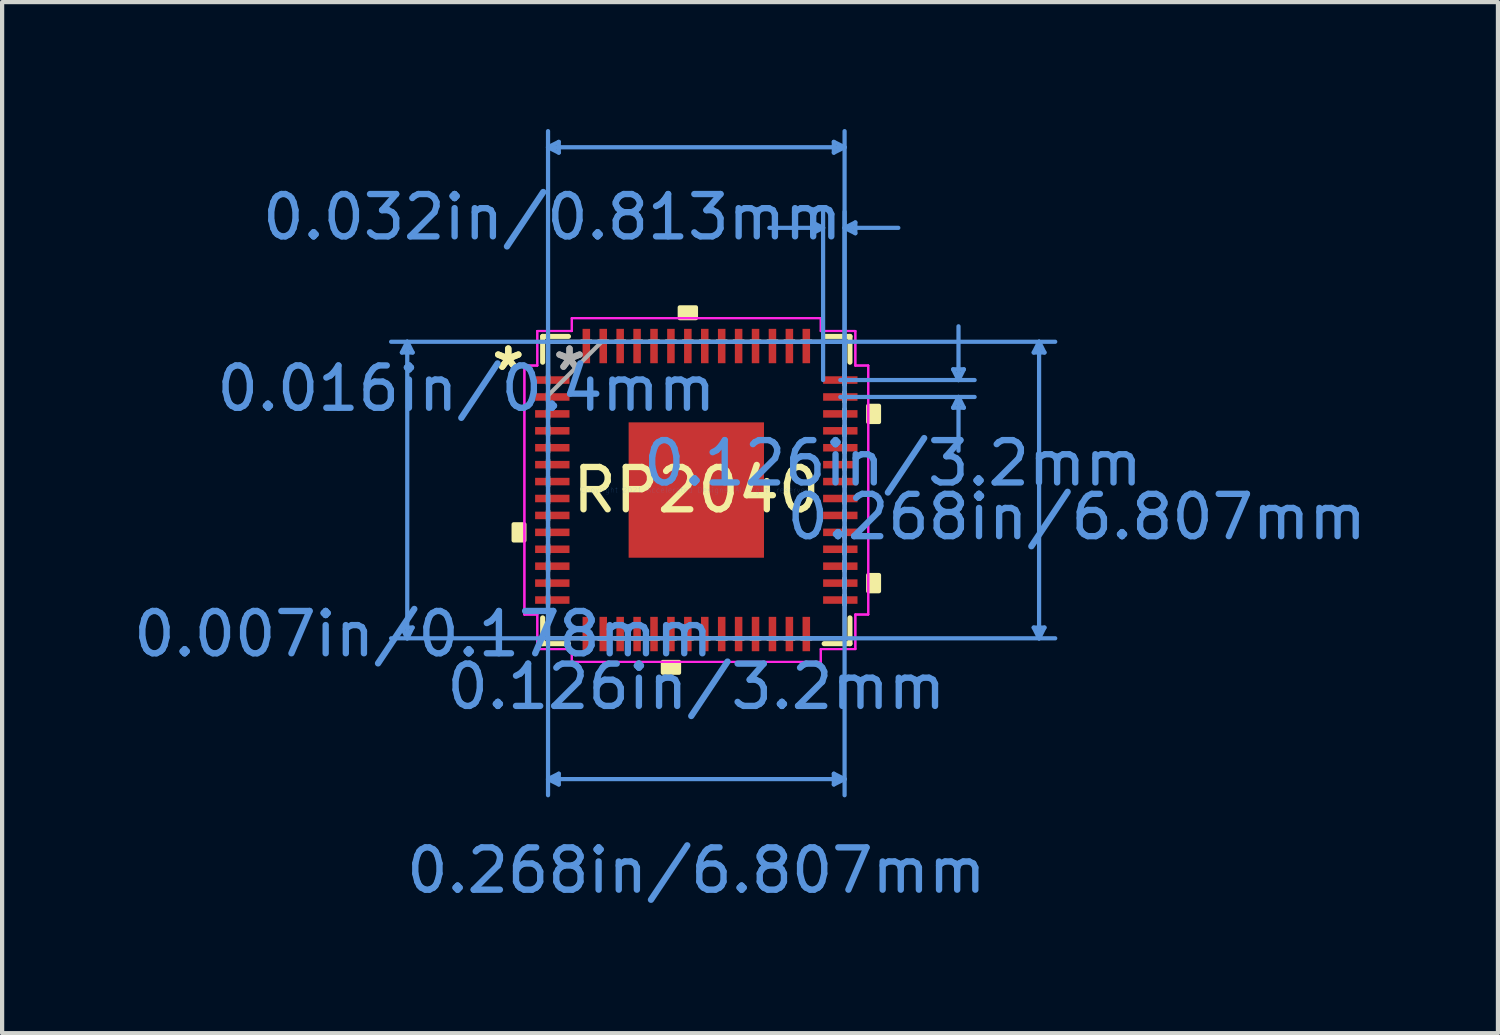
<source format=kicad_pcb>
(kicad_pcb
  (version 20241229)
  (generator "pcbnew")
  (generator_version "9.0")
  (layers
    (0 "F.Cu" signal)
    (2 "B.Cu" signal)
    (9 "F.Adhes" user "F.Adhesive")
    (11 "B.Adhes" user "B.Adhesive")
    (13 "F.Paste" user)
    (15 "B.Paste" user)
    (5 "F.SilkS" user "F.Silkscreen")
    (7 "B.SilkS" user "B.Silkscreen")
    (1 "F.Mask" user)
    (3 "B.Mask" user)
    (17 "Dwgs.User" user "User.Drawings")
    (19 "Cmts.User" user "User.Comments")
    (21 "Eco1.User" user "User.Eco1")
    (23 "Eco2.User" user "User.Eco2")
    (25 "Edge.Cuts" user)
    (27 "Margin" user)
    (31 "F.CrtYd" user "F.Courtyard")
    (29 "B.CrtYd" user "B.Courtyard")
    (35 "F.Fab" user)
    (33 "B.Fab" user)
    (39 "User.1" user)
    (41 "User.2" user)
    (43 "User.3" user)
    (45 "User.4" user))
  (footprint "RP2040"
    (layer "F.Cu")
    (at 13.41 8.534)
    (property "Reference" "RP2040" (at 0 0 0) (layer "F.SilkS") (effects (font (size 1 1) (thickness 0.15))))
    (attr through_hole)
    (fp_line (start -3.632 -3.632) (end -3.632 -3.022) (stroke (width 0.12) (type solid)) (layer "F.SilkS"))
    (fp_line (start -3.632 3.022) (end -3.632 3.632) (stroke (width 0.12) (type solid)) (layer "F.SilkS"))
    (fp_line (start -3.632 3.632) (end -3.022 3.632) (stroke (width 0.12) (type solid)) (layer "F.SilkS"))
    (fp_line (start -3.022 -3.632) (end -3.632 -3.632) (stroke (width 0.12) (type solid)) (layer "F.SilkS"))
    (fp_line (start 3.022 3.632) (end 3.632 3.632) (stroke (width 0.12) (type solid)) (layer "F.SilkS"))
    (fp_line (start 3.632 -3.632) (end 3.022 -3.632) (stroke (width 0.12) (type solid)) (layer "F.SilkS"))
    (fp_line (start 3.632 -3.022) (end 3.632 -3.632) (stroke (width 0.12) (type solid)) (layer "F.SilkS"))
    (fp_line (start 3.632 3.632) (end 3.632 3.022) (stroke (width 0.12) (type solid)) (layer "F.SilkS"))
    (fp_poly (pts (xy -4.318 0.81) (xy -4.318 1.191) (xy -4.064 1.191) (xy -4.064 0.81)) (stroke (width 0.1) (type solid)) (fill yes) (layer "F.SilkS"))
    (fp_poly (pts (xy -0.79 4.064) (xy -0.79 4.318) (xy -0.409 4.318) (xy -0.409 4.064)) (stroke (width 0.1) (type solid)) (fill yes) (layer "F.SilkS"))
    (fp_poly (pts (xy -0.391 -4.064) (xy -0.391 -4.318) (xy -0.009 -4.318) (xy -0.009 -4.064)) (stroke (width 0.1) (type solid)) (fill yes) (layer "F.SilkS"))
    (fp_poly (pts (xy 4.318 -1.99) (xy 4.318 -1.609) (xy 4.064 -1.609) (xy 4.064 -1.99)) (stroke (width 0.1) (type solid)) (fill yes) (layer "F.SilkS"))
    (fp_poly (pts (xy 4.318 2.01) (xy 4.318 2.391) (xy 4.064 2.391) (xy 4.064 2.01)) (stroke (width 0.1) (type solid)) (fill yes) (layer "F.SilkS"))
    (fp_poly (pts (xy -1.5 -1.5) (xy -1.5 -0.1) (xy -0.1 -0.1) (xy -0.1 -1.5)) (stroke (width 0.1) (type solid)) (fill yes) (layer "F.Paste"))
    (fp_poly (pts (xy -1.5 0.1) (xy -1.5 1.5) (xy -0.1 1.5) (xy -0.1 0.1)) (stroke (width 0.1) (type solid)) (fill yes) (layer "F.Paste"))
    (fp_poly (pts (xy 0.1 -1.5) (xy 0.1 -0.1) (xy 1.5 -0.1) (xy 1.5 -1.5)) (stroke (width 0.1) (type solid)) (fill yes) (layer "F.Paste"))
    (fp_poly (pts (xy 0.1 0.1) (xy 0.1 1.5) (xy 1.5 1.5) (xy 1.5 0.1)) (stroke (width 0.1) (type solid)) (fill yes) (layer "F.Paste"))
    (fp_line (start -6.96 -3.251) (end -6.706 -3.251) (stroke (width 0.1) (type solid)) (layer "Cmts.User"))
    (fp_line (start -6.96 3.251) (end -6.706 3.251) (stroke (width 0.1) (type solid)) (layer "Cmts.User"))
    (fp_line (start -6.833 -3.505) (end -6.96 -3.251) (stroke (width 0.1) (type solid)) (layer "Cmts.User"))
    (fp_line (start -6.833 -3.505) (end -6.833 3.505) (stroke (width 0.1) (type solid)) (layer "Cmts.User"))
    (fp_line (start -6.833 -3.505) (end -6.706 -3.251) (stroke (width 0.1) (type solid)) (layer "Cmts.User"))
    (fp_line (start -6.833 3.505) (end -6.96 3.251) (stroke (width 0.1) (type solid)) (layer "Cmts.User"))
    (fp_line (start -6.833 3.505) (end -6.706 3.251) (stroke (width 0.1) (type solid)) (layer "Cmts.User"))
    (fp_line (start -3.505 -8.103) (end -3.251 -8.23) (stroke (width 0.1) (type solid)) (layer "Cmts.User"))
    (fp_line (start -3.505 -8.103) (end -3.251 -7.976) (stroke (width 0.1) (type solid)) (layer "Cmts.User"))
    (fp_line (start -3.505 -8.103) (end 3.505 -8.103) (stroke (width 0.1) (type solid)) (layer "Cmts.User"))
    (fp_line (start -3.505 -3.505) (end -3.505 7.214) (stroke (width 0.1) (type solid)) (layer "Cmts.User"))
    (fp_line (start -3.505 -2.6) (end -3.505 -8.484) (stroke (width 0.1) (type solid)) (layer "Cmts.User"))
    (fp_line (start -3.505 6.833) (end -3.251 6.706) (stroke (width 0.1) (type solid)) (layer "Cmts.User"))
    (fp_line (start -3.505 6.833) (end -3.251 6.96) (stroke (width 0.1) (type solid)) (layer "Cmts.User"))
    (fp_line (start -3.505 6.833) (end 3.505 6.833) (stroke (width 0.1) (type solid)) (layer "Cmts.User"))
    (fp_line (start -3.251 -8.23) (end -3.251 -7.976) (stroke (width 0.1) (type solid)) (layer "Cmts.User"))
    (fp_line (start -3.251 6.706) (end -3.251 6.96) (stroke (width 0.1) (type solid)) (layer "Cmts.User"))
    (fp_line (start 2.6 -3.505) (end 8.484 -3.505) (stroke (width 0.1) (type solid)) (layer "Cmts.User"))
    (fp_line (start 2.6 3.505) (end 8.484 3.505) (stroke (width 0.1) (type solid)) (layer "Cmts.User"))
    (fp_line (start 2.743 -6.325) (end 2.743 -6.071) (stroke (width 0.1) (type solid)) (layer "Cmts.User"))
    (fp_line (start 2.997 -6.198) (end 1.727 -6.198) (stroke (width 0.1) (type solid)) (layer "Cmts.User"))
    (fp_line (start 2.997 -6.198) (end 2.743 -6.325) (stroke (width 0.1) (type solid)) (layer "Cmts.User"))
    (fp_line (start 2.997 -6.198) (end 2.743 -6.071) (stroke (width 0.1) (type solid)) (layer "Cmts.User"))
    (fp_line (start 2.997 -2.6) (end 2.997 -6.579) (stroke (width 0.1) (type solid)) (layer "Cmts.User"))
    (fp_line (start 3.251 -8.23) (end 3.251 -7.976) (stroke (width 0.1) (type solid)) (layer "Cmts.User"))
    (fp_line (start 3.251 6.706) (end 3.251 6.96) (stroke (width 0.1) (type solid)) (layer "Cmts.User"))
    (fp_line (start 3.404 -2.6) (end 6.579 -2.6) (stroke (width 0.1) (type solid)) (layer "Cmts.User"))
    (fp_line (start 3.404 -2.2) (end 6.579 -2.2) (stroke (width 0.1) (type solid)) (layer "Cmts.User"))
    (fp_line (start 3.505 -8.103) (end 3.251 -8.23) (stroke (width 0.1) (type solid)) (layer "Cmts.User"))
    (fp_line (start 3.505 -8.103) (end 3.251 -7.976) (stroke (width 0.1) (type solid)) (layer "Cmts.User"))
    (fp_line (start 3.505 -6.198) (end 3.759 -6.325) (stroke (width 0.1) (type solid)) (layer "Cmts.User"))
    (fp_line (start 3.505 -6.198) (end 3.759 -6.071) (stroke (width 0.1) (type solid)) (layer "Cmts.User"))
    (fp_line (start 3.505 -6.198) (end 4.775 -6.198) (stroke (width 0.1) (type solid)) (layer "Cmts.User"))
    (fp_line (start 3.505 -3.505) (end -7.214 -3.505) (stroke (width 0.1) (type solid)) (layer "Cmts.User"))
    (fp_line (start 3.505 -3.505) (end 3.505 7.214) (stroke (width 0.1) (type solid)) (layer "Cmts.User"))
    (fp_line (start 3.505 -2.6) (end 3.505 -8.484) (stroke (width 0.1) (type solid)) (layer "Cmts.User"))
    (fp_line (start 3.505 -2.6) (end 3.505 -6.579) (stroke (width 0.1) (type solid)) (layer "Cmts.User"))
    (fp_line (start 3.505 3.505) (end -7.214 3.505) (stroke (width 0.1) (type solid)) (layer "Cmts.User"))
    (fp_line (start 3.505 6.833) (end 3.251 6.706) (stroke (width 0.1) (type solid)) (layer "Cmts.User"))
    (fp_line (start 3.505 6.833) (end 3.251 6.96) (stroke (width 0.1) (type solid)) (layer "Cmts.User"))
    (fp_line (start 3.759 -6.325) (end 3.759 -6.071) (stroke (width 0.1) (type solid)) (layer "Cmts.User"))
    (fp_line (start 6.071 -2.854) (end 6.325 -2.854) (stroke (width 0.1) (type solid)) (layer "Cmts.User"))
    (fp_line (start 6.071 -1.946) (end 6.325 -1.946) (stroke (width 0.1) (type solid)) (layer "Cmts.User"))
    (fp_line (start 6.198 -2.6) (end 6.071 -2.854) (stroke (width 0.1) (type solid)) (layer "Cmts.User"))
    (fp_line (start 6.198 -2.6) (end 6.198 -3.87) (stroke (width 0.1) (type solid)) (layer "Cmts.User"))
    (fp_line (start 6.198 -2.6) (end 6.325 -2.854) (stroke (width 0.1) (type solid)) (layer "Cmts.User"))
    (fp_line (start 6.198 -2.2) (end 6.071 -1.946) (stroke (width 0.1) (type solid)) (layer "Cmts.User"))
    (fp_line (start 6.198 -2.2) (end 6.198 -0.93) (stroke (width 0.1) (type solid)) (layer "Cmts.User"))
    (fp_line (start 6.198 -2.2) (end 6.325 -1.946) (stroke (width 0.1) (type solid)) (layer "Cmts.User"))
    (fp_line (start 7.976 -3.251) (end 8.23 -3.251) (stroke (width 0.1) (type solid)) (layer "Cmts.User"))
    (fp_line (start 7.976 3.251) (end 8.23 3.251) (stroke (width 0.1) (type solid)) (layer "Cmts.User"))
    (fp_line (start 8.103 -3.505) (end 7.976 -3.251) (stroke (width 0.1) (type solid)) (layer "Cmts.User"))
    (fp_line (start 8.103 -3.505) (end 8.103 3.505) (stroke (width 0.1) (type solid)) (layer "Cmts.User"))
    (fp_line (start 8.103 -3.505) (end 8.23 -3.251) (stroke (width 0.1) (type solid)) (layer "Cmts.User"))
    (fp_line (start 8.103 3.505) (end 7.976 3.251) (stroke (width 0.1) (type solid)) (layer "Cmts.User"))
    (fp_line (start 8.103 3.505) (end 8.23 3.251) (stroke (width 0.1) (type solid)) (layer "Cmts.User"))
    (fp_line (start -4.064 -2.943) (end -3.759 -2.943) (stroke (width 0.05) (type solid)) (layer "F.CrtYd"))
    (fp_line (start -4.064 -2.943) (end -3.759 -2.943) (stroke (width 0.05) (type solid)) (layer "F.CrtYd"))
    (fp_line (start -4.064 2.943) (end -4.064 -2.943) (stroke (width 0.05) (type solid)) (layer "F.CrtYd"))
    (fp_line (start -4.064 2.943) (end -4.064 -2.943) (stroke (width 0.05) (type solid)) (layer "F.CrtYd"))
    (fp_line (start -3.759 -3.759) (end -2.943 -3.759) (stroke (width 0.05) (type solid)) (layer "F.CrtYd"))
    (fp_line (start -3.759 -3.759) (end -2.943 -3.759) (stroke (width 0.05) (type solid)) (layer "F.CrtYd"))
    (fp_line (start -3.759 -2.943) (end -3.759 -3.759) (stroke (width 0.05) (type solid)) (layer "F.CrtYd"))
    (fp_line (start -3.759 -2.943) (end -3.759 -3.759) (stroke (width 0.05) (type solid)) (layer "F.CrtYd"))
    (fp_line (start -3.759 2.943) (end -4.064 2.943) (stroke (width 0.05) (type solid)) (layer "F.CrtYd"))
    (fp_line (start -3.759 2.943) (end -4.064 2.943) (stroke (width 0.05) (type solid)) (layer "F.CrtYd"))
    (fp_line (start -3.759 3.759) (end -3.759 2.943) (stroke (width 0.05) (type solid)) (layer "F.CrtYd"))
    (fp_line (start -3.759 3.759) (end -3.759 2.943) (stroke (width 0.05) (type solid)) (layer "F.CrtYd"))
    (fp_line (start -2.943 -4.064) (end 2.943 -4.064) (stroke (width 0.05) (type solid)) (layer "F.CrtYd"))
    (fp_line (start -2.943 -4.064) (end 2.943 -4.064) (stroke (width 0.05) (type solid)) (layer "F.CrtYd"))
    (fp_line (start -2.943 -3.759) (end -2.943 -4.064) (stroke (width 0.05) (type solid)) (layer "F.CrtYd"))
    (fp_line (start -2.943 -3.759) (end -2.943 -4.064) (stroke (width 0.05) (type solid)) (layer "F.CrtYd"))
    (fp_line (start -2.943 3.759) (end -3.759 3.759) (stroke (width 0.05) (type solid)) (layer "F.CrtYd"))
    (fp_line (start -2.943 3.759) (end -3.759 3.759) (stroke (width 0.05) (type solid)) (layer "F.CrtYd"))
    (fp_line (start -2.943 4.064) (end -2.943 3.759) (stroke (width 0.05) (type solid)) (layer "F.CrtYd"))
    (fp_line (start -2.943 4.064) (end -2.943 3.759) (stroke (width 0.05) (type solid)) (layer "F.CrtYd"))
    (fp_line (start 2.943 -4.064) (end 2.943 -3.759) (stroke (width 0.05) (type solid)) (layer "F.CrtYd"))
    (fp_line (start 2.943 -4.064) (end 2.943 -3.759) (stroke (width 0.05) (type solid)) (layer "F.CrtYd"))
    (fp_line (start 2.943 -3.759) (end 3.759 -3.759) (stroke (width 0.05) (type solid)) (layer "F.CrtYd"))
    (fp_line (start 2.943 -3.759) (end 3.759 -3.759) (stroke (width 0.05) (type solid)) (layer "F.CrtYd"))
    (fp_line (start 2.943 3.759) (end 2.943 4.064) (stroke (width 0.05) (type solid)) (layer "F.CrtYd"))
    (fp_line (start 2.943 3.759) (end 2.943 4.064) (stroke (width 0.05) (type solid)) (layer "F.CrtYd"))
    (fp_line (start 2.943 4.064) (end -2.943 4.064) (stroke (width 0.05) (type solid)) (layer "F.CrtYd"))
    (fp_line (start 2.943 4.064) (end -2.943 4.064) (stroke (width 0.05) (type solid)) (layer "F.CrtYd"))
    (fp_line (start 3.759 -3.759) (end 3.759 -2.943) (stroke (width 0.05) (type solid)) (layer "F.CrtYd"))
    (fp_line (start 3.759 -3.759) (end 3.759 -2.943) (stroke (width 0.05) (type solid)) (layer "F.CrtYd"))
    (fp_line (start 3.759 -2.943) (end 4.064 -2.943) (stroke (width 0.05) (type solid)) (layer "F.CrtYd"))
    (fp_line (start 3.759 -2.943) (end 4.064 -2.943) (stroke (width 0.05) (type solid)) (layer "F.CrtYd"))
    (fp_line (start 3.759 2.943) (end 3.759 3.759) (stroke (width 0.05) (type solid)) (layer "F.CrtYd"))
    (fp_line (start 3.759 2.943) (end 3.759 3.759) (stroke (width 0.05) (type solid)) (layer "F.CrtYd"))
    (fp_line (start 3.759 3.759) (end 2.943 3.759) (stroke (width 0.05) (type solid)) (layer "F.CrtYd"))
    (fp_line (start 3.759 3.759) (end 2.943 3.759) (stroke (width 0.05) (type solid)) (layer "F.CrtYd"))
    (fp_line (start 4.064 -2.943) (end 4.064 2.943) (stroke (width 0.05) (type solid)) (layer "F.CrtYd"))
    (fp_line (start 4.064 -2.943) (end 4.064 2.943) (stroke (width 0.05) (type solid)) (layer "F.CrtYd"))
    (fp_line (start 4.064 2.943) (end 3.759 2.943) (stroke (width 0.05) (type solid)) (layer "F.CrtYd"))
    (fp_line (start 4.064 2.943) (end 3.759 2.943) (stroke (width 0.05) (type solid)) (layer "F.CrtYd"))
    (fp_line (start -3.505 -3.505) (end -3.505 -3.505) (stroke (width 0.1) (type solid)) (layer "F.Fab"))
    (fp_line (start -3.505 -3.505) (end -3.505 3.505) (stroke (width 0.1) (type solid)) (layer "F.Fab"))
    (fp_line (start -3.505 -2.714) (end -3.505 -2.714) (stroke (width 0.1) (type solid)) (layer "F.Fab"))
    (fp_line (start -3.505 -2.714) (end -3.505 -2.486) (stroke (width 0.1) (type solid)) (layer "F.Fab"))
    (fp_line (start -3.505 -2.486) (end -3.505 -2.714) (stroke (width 0.1) (type solid)) (layer "F.Fab"))
    (fp_line (start -3.505 -2.486) (end -3.505 -2.486) (stroke (width 0.1) (type solid)) (layer "F.Fab"))
    (fp_line (start -3.505 -2.314) (end -3.505 -2.314) (stroke (width 0.1) (type solid)) (layer "F.Fab"))
    (fp_line (start -3.505 -2.314) (end -3.505 -2.086) (stroke (width 0.1) (type solid)) (layer "F.Fab"))
    (fp_line (start -3.505 -2.235) (end -2.235 -3.505) (stroke (width 0.1) (type solid)) (layer "F.Fab"))
    (fp_line (start -3.505 -2.086) (end -3.505 -2.314) (stroke (width 0.1) (type solid)) (layer "F.Fab"))
    (fp_line (start -3.505 -2.086) (end -3.505 -2.086) (stroke (width 0.1) (type solid)) (layer "F.Fab"))
    (fp_line (start -3.505 -1.914) (end -3.505 -1.914) (stroke (width 0.1) (type solid)) (layer "F.Fab"))
    (fp_line (start -3.505 -1.914) (end -3.505 -1.686) (stroke (width 0.1) (type solid)) (layer "F.Fab"))
    (fp_line (start -3.505 -1.686) (end -3.505 -1.914) (stroke (width 0.1) (type solid)) (layer "F.Fab"))
    (fp_line (start -3.505 -1.686) (end -3.505 -1.686) (stroke (width 0.1) (type solid)) (layer "F.Fab"))
    (fp_line (start -3.505 -1.514) (end -3.505 -1.514) (stroke (width 0.1) (type solid)) (layer "F.Fab"))
    (fp_line (start -3.505 -1.514) (end -3.505 -1.286) (stroke (width 0.1) (type solid)) (layer "F.Fab"))
    (fp_line (start -3.505 -1.286) (end -3.505 -1.514) (stroke (width 0.1) (type solid)) (layer "F.Fab"))
    (fp_line (start -3.505 -1.286) (end -3.505 -1.286) (stroke (width 0.1) (type solid)) (layer "F.Fab"))
    (fp_line (start -3.505 -1.114) (end -3.505 -1.114) (stroke (width 0.1) (type solid)) (layer "F.Fab"))
    (fp_line (start -3.505 -1.114) (end -3.505 -0.886) (stroke (width 0.1) (type solid)) (layer "F.Fab"))
    (fp_line (start -3.505 -0.886) (end -3.505 -1.114) (stroke (width 0.1) (type solid)) (layer "F.Fab"))
    (fp_line (start -3.505 -0.886) (end -3.505 -0.886) (stroke (width 0.1) (type solid)) (layer "F.Fab"))
    (fp_line (start -3.505 -0.714) (end -3.505 -0.714) (stroke (width 0.1) (type solid)) (layer "F.Fab"))
    (fp_line (start -3.505 -0.714) (end -3.505 -0.486) (stroke (width 0.1) (type solid)) (layer "F.Fab"))
    (fp_line (start -3.505 -0.486) (end -3.505 -0.714) (stroke (width 0.1) (type solid)) (layer "F.Fab"))
    (fp_line (start -3.505 -0.486) (end -3.505 -0.486) (stroke (width 0.1) (type solid)) (layer "F.Fab"))
    (fp_line (start -3.505 -0.314) (end -3.505 -0.314) (stroke (width 0.1) (type solid)) (layer "F.Fab"))
    (fp_line (start -3.505 -0.314) (end -3.505 -0.086) (stroke (width 0.1) (type solid)) (layer "F.Fab"))
    (fp_line (start -3.505 -0.086) (end -3.505 -0.314) (stroke (width 0.1) (type solid)) (layer "F.Fab"))
    (fp_line (start -3.505 -0.086) (end -3.505 -0.086) (stroke (width 0.1) (type solid)) (layer "F.Fab"))
    (fp_line (start -3.505 0.086) (end -3.505 0.086) (stroke (width 0.1) (type solid)) (layer "F.Fab"))
    (fp_line (start -3.505 0.086) (end -3.505 0.314) (stroke (width 0.1) (type solid)) (layer "F.Fab"))
    (fp_line (start -3.505 0.314) (end -3.505 0.086) (stroke (width 0.1) (type solid)) (layer "F.Fab"))
    (fp_line (start -3.505 0.314) (end -3.505 0.314) (stroke (width 0.1) (type solid)) (layer "F.Fab"))
    (fp_line (start -3.505 0.486) (end -3.505 0.486) (stroke (width 0.1) (type solid)) (layer "F.Fab"))
    (fp_line (start -3.505 0.486) (end -3.505 0.714) (stroke (width 0.1) (type solid)) (layer "F.Fab"))
    (fp_line (start -3.505 0.714) (end -3.505 0.486) (stroke (width 0.1) (type solid)) (layer "F.Fab"))
    (fp_line (start -3.505 0.714) (end -3.505 0.714) (stroke (width 0.1) (type solid)) (layer "F.Fab"))
    (fp_line (start -3.505 0.886) (end -3.505 0.886) (stroke (width 0.1) (type solid)) (layer "F.Fab"))
    (fp_line (start -3.505 0.886) (end -3.505 1.114) (stroke (width 0.1) (type solid)) (layer "F.Fab"))
    (fp_line (start -3.505 1.114) (end -3.505 0.886) (stroke (width 0.1) (type solid)) (layer "F.Fab"))
    (fp_line (start -3.505 1.114) (end -3.505 1.114) (stroke (width 0.1) (type solid)) (layer "F.Fab"))
    (fp_line (start -3.505 1.286) (end -3.505 1.286) (stroke (width 0.1) (type solid)) (layer "F.Fab"))
    (fp_line (start -3.505 1.286) (end -3.505 1.514) (stroke (width 0.1) (type solid)) (layer "F.Fab"))
    (fp_line (start -3.505 1.514) (end -3.505 1.286) (stroke (width 0.1) (type solid)) (layer "F.Fab"))
    (fp_line (start -3.505 1.514) (end -3.505 1.514) (stroke (width 0.1) (type solid)) (layer "F.Fab"))
    (fp_line (start -3.505 1.686) (end -3.505 1.686) (stroke (width 0.1) (type solid)) (layer "F.Fab"))
    (fp_line (start -3.505 1.686) (end -3.505 1.914) (stroke (width 0.1) (type solid)) (layer "F.Fab"))
    (fp_line (start -3.505 1.914) (end -3.505 1.686) (stroke (width 0.1) (type solid)) (layer "F.Fab"))
    (fp_line (start -3.505 1.914) (end -3.505 1.914) (stroke (width 0.1) (type solid)) (layer "F.Fab"))
    (fp_line (start -3.505 2.086) (end -3.505 2.086) (stroke (width 0.1) (type solid)) (layer "F.Fab"))
    (fp_line (start -3.505 2.086) (end -3.505 2.314) (stroke (width 0.1) (type solid)) (layer "F.Fab"))
    (fp_line (start -3.505 2.314) (end -3.505 2.086) (stroke (width 0.1) (type solid)) (layer "F.Fab"))
    (fp_line (start -3.505 2.314) (end -3.505 2.314) (stroke (width 0.1) (type solid)) (layer "F.Fab"))
    (fp_line (start -3.505 2.486) (end -3.505 2.486) (stroke (width 0.1) (type solid)) (layer "F.Fab"))
    (fp_line (start -3.505 2.486) (end -3.505 2.714) (stroke (width 0.1) (type solid)) (layer "F.Fab"))
    (fp_line (start -3.505 2.714) (end -3.505 2.486) (stroke (width 0.1) (type solid)) (layer "F.Fab"))
    (fp_line (start -3.505 2.714) (end -3.505 2.714) (stroke (width 0.1) (type solid)) (layer "F.Fab"))
    (fp_line (start -3.505 3.505) (end -3.505 3.505) (stroke (width 0.1) (type solid)) (layer "F.Fab"))
    (fp_line (start -3.505 3.505) (end 3.505 3.505) (stroke (width 0.1) (type solid)) (layer "F.Fab"))
    (fp_line (start -2.714 -3.505) (end -2.714 -3.505) (stroke (width 0.1) (type solid)) (layer "F.Fab"))
    (fp_line (start -2.714 -3.505) (end -2.486 -3.505) (stroke (width 0.1) (type solid)) (layer "F.Fab"))
    (fp_line (start -2.714 3.505) (end -2.714 3.505) (stroke (width 0.1) (type solid)) (layer "F.Fab"))
    (fp_line (start -2.714 3.505) (end -2.486 3.505) (stroke (width 0.1) (type solid)) (layer "F.Fab"))
    (fp_line (start -2.486 -3.505) (end -2.714 -3.505) (stroke (width 0.1) (type solid)) (layer "F.Fab"))
    (fp_line (start -2.486 -3.505) (end -2.486 -3.505) (stroke (width 0.1) (type solid)) (layer "F.Fab"))
    (fp_line (start -2.486 3.505) (end -2.714 3.505) (stroke (width 0.1) (type solid)) (layer "F.Fab"))
    (fp_line (start -2.486 3.505) (end -2.486 3.505) (stroke (width 0.1) (type solid)) (layer "F.Fab"))
    (fp_line (start -2.314 -3.505) (end -2.314 -3.505) (stroke (width 0.1) (type solid)) (layer "F.Fab"))
    (fp_line (start -2.314 -3.505) (end -2.086 -3.505) (stroke (width 0.1) (type solid)) (layer "F.Fab"))
    (fp_line (start -2.314 3.505) (end -2.314 3.505) (stroke (width 0.1) (type solid)) (layer "F.Fab"))
    (fp_line (start -2.314 3.505) (end -2.086 3.505) (stroke (width 0.1) (type solid)) (layer "F.Fab"))
    (fp_line (start -2.086 -3.505) (end -2.314 -3.505) (stroke (width 0.1) (type solid)) (layer "F.Fab"))
    (fp_line (start -2.086 -3.505) (end -2.086 -3.505) (stroke (width 0.1) (type solid)) (layer "F.Fab"))
    (fp_line (start -2.086 3.505) (end -2.314 3.505) (stroke (width 0.1) (type solid)) (layer "F.Fab"))
    (fp_line (start -2.086 3.505) (end -2.086 3.505) (stroke (width 0.1) (type solid)) (layer "F.Fab"))
    (fp_line (start -1.914 -3.505) (end -1.914 -3.505) (stroke (width 0.1) (type solid)) (layer "F.Fab"))
    (fp_line (start -1.914 -3.505) (end -1.686 -3.505) (stroke (width 0.1) (type solid)) (layer "F.Fab"))
    (fp_line (start -1.914 3.505) (end -1.914 3.505) (stroke (width 0.1) (type solid)) (layer "F.Fab"))
    (fp_line (start -1.914 3.505) (end -1.686 3.505) (stroke (width 0.1) (type solid)) (layer "F.Fab"))
    (fp_line (start -1.686 -3.505) (end -1.914 -3.505) (stroke (width 0.1) (type solid)) (layer "F.Fab"))
    (fp_line (start -1.686 -3.505) (end -1.686 -3.505) (stroke (width 0.1) (type solid)) (layer "F.Fab"))
    (fp_line (start -1.686 3.505) (end -1.914 3.505) (stroke (width 0.1) (type solid)) (layer "F.Fab"))
    (fp_line (start -1.686 3.505) (end -1.686 3.505) (stroke (width 0.1) (type solid)) (layer "F.Fab"))
    (fp_line (start -1.514 -3.505) (end -1.514 -3.505) (stroke (width 0.1) (type solid)) (layer "F.Fab"))
    (fp_line (start -1.514 -3.505) (end -1.286 -3.505) (stroke (width 0.1) (type solid)) (layer "F.Fab"))
    (fp_line (start -1.514 3.505) (end -1.514 3.505) (stroke (width 0.1) (type solid)) (layer "F.Fab"))
    (fp_line (start -1.514 3.505) (end -1.286 3.505) (stroke (width 0.1) (type solid)) (layer "F.Fab"))
    (fp_line (start -1.286 -3.505) (end -1.514 -3.505) (stroke (width 0.1) (type solid)) (layer "F.Fab"))
    (fp_line (start -1.286 -3.505) (end -1.286 -3.505) (stroke (width 0.1) (type solid)) (layer "F.Fab"))
    (fp_line (start -1.286 3.505) (end -1.514 3.505) (stroke (width 0.1) (type solid)) (layer "F.Fab"))
    (fp_line (start -1.286 3.505) (end -1.286 3.505) (stroke (width 0.1) (type solid)) (layer "F.Fab"))
    (fp_line (start -1.114 -3.505) (end -1.114 -3.505) (stroke (width 0.1) (type solid)) (layer "F.Fab"))
    (fp_line (start -1.114 -3.505) (end -0.886 -3.505) (stroke (width 0.1) (type solid)) (layer "F.Fab"))
    (fp_line (start -1.114 3.505) (end -1.114 3.505) (stroke (width 0.1) (type solid)) (layer "F.Fab"))
    (fp_line (start -1.114 3.505) (end -0.886 3.505) (stroke (width 0.1) (type solid)) (layer "F.Fab"))
    (fp_line (start -0.886 -3.505) (end -1.114 -3.505) (stroke (width 0.1) (type solid)) (layer "F.Fab"))
    (fp_line (start -0.886 -3.505) (end -0.886 -3.505) (stroke (width 0.1) (type solid)) (layer "F.Fab"))
    (fp_line (start -0.886 3.505) (end -1.114 3.505) (stroke (width 0.1) (type solid)) (layer "F.Fab"))
    (fp_line (start -0.886 3.505) (end -0.886 3.505) (stroke (width 0.1) (type solid)) (layer "F.Fab"))
    (fp_line (start -0.714 -3.505) (end -0.714 -3.505) (stroke (width 0.1) (type solid)) (layer "F.Fab"))
    (fp_line (start -0.714 -3.505) (end -0.486 -3.505) (stroke (width 0.1) (type solid)) (layer "F.Fab"))
    (fp_line (start -0.714 3.505) (end -0.714 3.505) (stroke (width 0.1) (type solid)) (layer "F.Fab"))
    (fp_line (start -0.714 3.505) (end -0.486 3.505) (stroke (width 0.1) (type solid)) (layer "F.Fab"))
    (fp_line (start -0.486 -3.505) (end -0.714 -3.505) (stroke (width 0.1) (type solid)) (layer "F.Fab"))
    (fp_line (start -0.486 -3.505) (end -0.486 -3.505) (stroke (width 0.1) (type solid)) (layer "F.Fab"))
    (fp_line (start -0.486 3.505) (end -0.714 3.505) (stroke (width 0.1) (type solid)) (layer "F.Fab"))
    (fp_line (start -0.486 3.505) (end -0.486 3.505) (stroke (width 0.1) (type solid)) (layer "F.Fab"))
    (fp_line (start -0.314 -3.505) (end -0.314 -3.505) (stroke (width 0.1) (type solid)) (layer "F.Fab"))
    (fp_line (start -0.314 -3.505) (end -0.086 -3.505) (stroke (width 0.1) (type solid)) (layer "F.Fab"))
    (fp_line (start -0.314 3.505) (end -0.314 3.505) (stroke (width 0.1) (type solid)) (layer "F.Fab"))
    (fp_line (start -0.314 3.505) (end -0.086 3.505) (stroke (width 0.1) (type solid)) (layer "F.Fab"))
    (fp_line (start -0.086 -3.505) (end -0.314 -3.505) (stroke (width 0.1) (type solid)) (layer "F.Fab"))
    (fp_line (start -0.086 -3.505) (end -0.086 -3.505) (stroke (width 0.1) (type solid)) (layer "F.Fab"))
    (fp_line (start -0.086 3.505) (end -0.314 3.505) (stroke (width 0.1) (type solid)) (layer "F.Fab"))
    (fp_line (start -0.086 3.505) (end -0.086 3.505) (stroke (width 0.1) (type solid)) (layer "F.Fab"))
    (fp_line (start 0.086 -3.505) (end 0.086 -3.505) (stroke (width 0.1) (type solid)) (layer "F.Fab"))
    (fp_line (start 0.086 -3.505) (end 0.314 -3.505) (stroke (width 0.1) (type solid)) (layer "F.Fab"))
    (fp_line (start 0.086 3.505) (end 0.086 3.505) (stroke (width 0.1) (type solid)) (layer "F.Fab"))
    (fp_line (start 0.086 3.505) (end 0.314 3.505) (stroke (width 0.1) (type solid)) (layer "F.Fab"))
    (fp_line (start 0.314 -3.505) (end 0.086 -3.505) (stroke (width 0.1) (type solid)) (layer "F.Fab"))
    (fp_line (start 0.314 -3.505) (end 0.314 -3.505) (stroke (width 0.1) (type solid)) (layer "F.Fab"))
    (fp_line (start 0.314 3.505) (end 0.086 3.505) (stroke (width 0.1) (type solid)) (layer "F.Fab"))
    (fp_line (start 0.314 3.505) (end 0.314 3.505) (stroke (width 0.1) (type solid)) (layer "F.Fab"))
    (fp_line (start 0.486 -3.505) (end 0.486 -3.505) (stroke (width 0.1) (type solid)) (layer "F.Fab"))
    (fp_line (start 0.486 -3.505) (end 0.714 -3.505) (stroke (width 0.1) (type solid)) (layer "F.Fab"))
    (fp_line (start 0.486 3.505) (end 0.486 3.505) (stroke (width 0.1) (type solid)) (layer "F.Fab"))
    (fp_line (start 0.486 3.505) (end 0.714 3.505) (stroke (width 0.1) (type solid)) (layer "F.Fab"))
    (fp_line (start 0.714 -3.505) (end 0.486 -3.505) (stroke (width 0.1) (type solid)) (layer "F.Fab"))
    (fp_line (start 0.714 -3.505) (end 0.714 -3.505) (stroke (width 0.1) (type solid)) (layer "F.Fab"))
    (fp_line (start 0.714 3.505) (end 0.486 3.505) (stroke (width 0.1) (type solid)) (layer "F.Fab"))
    (fp_line (start 0.714 3.505) (end 0.714 3.505) (stroke (width 0.1) (type solid)) (layer "F.Fab"))
    (fp_line (start 0.886 -3.505) (end 0.886 -3.505) (stroke (width 0.1) (type solid)) (layer "F.Fab"))
    (fp_line (start 0.886 -3.505) (end 1.114 -3.505) (stroke (width 0.1) (type solid)) (layer "F.Fab"))
    (fp_line (start 0.886 3.505) (end 0.886 3.505) (stroke (width 0.1) (type solid)) (layer "F.Fab"))
    (fp_line (start 0.886 3.505) (end 1.114 3.505) (stroke (width 0.1) (type solid)) (layer "F.Fab"))
    (fp_line (start 1.114 -3.505) (end 0.886 -3.505) (stroke (width 0.1) (type solid)) (layer "F.Fab"))
    (fp_line (start 1.114 -3.505) (end 1.114 -3.505) (stroke (width 0.1) (type solid)) (layer "F.Fab"))
    (fp_line (start 1.114 3.505) (end 0.886 3.505) (stroke (width 0.1) (type solid)) (layer "F.Fab"))
    (fp_line (start 1.114 3.505) (end 1.114 3.505) (stroke (width 0.1) (type solid)) (layer "F.Fab"))
    (fp_line (start 1.286 -3.505) (end 1.286 -3.505) (stroke (width 0.1) (type solid)) (layer "F.Fab"))
    (fp_line (start 1.286 -3.505) (end 1.514 -3.505) (stroke (width 0.1) (type solid)) (layer "F.Fab"))
    (fp_line (start 1.286 3.505) (end 1.286 3.505) (stroke (width 0.1) (type solid)) (layer "F.Fab"))
    (fp_line (start 1.286 3.505) (end 1.514 3.505) (stroke (width 0.1) (type solid)) (layer "F.Fab"))
    (fp_line (start 1.514 -3.505) (end 1.286 -3.505) (stroke (width 0.1) (type solid)) (layer "F.Fab"))
    (fp_line (start 1.514 -3.505) (end 1.514 -3.505) (stroke (width 0.1) (type solid)) (layer "F.Fab"))
    (fp_line (start 1.514 3.505) (end 1.286 3.505) (stroke (width 0.1) (type solid)) (layer "F.Fab"))
    (fp_line (start 1.514 3.505) (end 1.514 3.505) (stroke (width 0.1) (type solid)) (layer "F.Fab"))
    (fp_line (start 1.686 -3.505) (end 1.686 -3.505) (stroke (width 0.1) (type solid)) (layer "F.Fab"))
    (fp_line (start 1.686 -3.505) (end 1.914 -3.505) (stroke (width 0.1) (type solid)) (layer "F.Fab"))
    (fp_line (start 1.686 3.505) (end 1.686 3.505) (stroke (width 0.1) (type solid)) (layer "F.Fab"))
    (fp_line (start 1.686 3.505) (end 1.914 3.505) (stroke (width 0.1) (type solid)) (layer "F.Fab"))
    (fp_line (start 1.914 -3.505) (end 1.686 -3.505) (stroke (width 0.1) (type solid)) (layer "F.Fab"))
    (fp_line (start 1.914 -3.505) (end 1.914 -3.505) (stroke (width 0.1) (type solid)) (layer "F.Fab"))
    (fp_line (start 1.914 3.505) (end 1.686 3.505) (stroke (width 0.1) (type solid)) (layer "F.Fab"))
    (fp_line (start 1.914 3.505) (end 1.914 3.505) (stroke (width 0.1) (type solid)) (layer "F.Fab"))
    (fp_line (start 2.086 -3.505) (end 2.086 -3.505) (stroke (width 0.1) (type solid)) (layer "F.Fab"))
    (fp_line (start 2.086 -3.505) (end 2.314 -3.505) (stroke (width 0.1) (type solid)) (layer "F.Fab"))
    (fp_line (start 2.086 3.505) (end 2.086 3.505) (stroke (width 0.1) (type solid)) (layer "F.Fab"))
    (fp_line (start 2.086 3.505) (end 2.314 3.505) (stroke (width 0.1) (type solid)) (layer "F.Fab"))
    (fp_line (start 2.314 -3.505) (end 2.086 -3.505) (stroke (width 0.1) (type solid)) (layer "F.Fab"))
    (fp_line (start 2.314 -3.505) (end 2.314 -3.505) (stroke (width 0.1) (type solid)) (layer "F.Fab"))
    (fp_line (start 2.314 3.505) (end 2.086 3.505) (stroke (width 0.1) (type solid)) (layer "F.Fab"))
    (fp_line (start 2.314 3.505) (end 2.314 3.505) (stroke (width 0.1) (type solid)) (layer "F.Fab"))
    (fp_line (start 2.486 -3.505) (end 2.486 -3.505) (stroke (width 0.1) (type solid)) (layer "F.Fab"))
    (fp_line (start 2.486 -3.505) (end 2.714 -3.505) (stroke (width 0.1) (type solid)) (layer "F.Fab"))
    (fp_line (start 2.486 3.505) (end 2.486 3.505) (stroke (width 0.1) (type solid)) (layer "F.Fab"))
    (fp_line (start 2.486 3.505) (end 2.714 3.505) (stroke (width 0.1) (type solid)) (layer "F.Fab"))
    (fp_line (start 2.714 -3.505) (end 2.486 -3.505) (stroke (width 0.1) (type solid)) (layer "F.Fab"))
    (fp_line (start 2.714 -3.505) (end 2.714 -3.505) (stroke (width 0.1) (type solid)) (layer "F.Fab"))
    (fp_line (start 2.714 3.505) (end 2.486 3.505) (stroke (width 0.1) (type solid)) (layer "F.Fab"))
    (fp_line (start 2.714 3.505) (end 2.714 3.505) (stroke (width 0.1) (type solid)) (layer "F.Fab"))
    (fp_line (start 3.505 -3.505) (end -3.505 -3.505) (stroke (width 0.1) (type solid)) (layer "F.Fab"))
    (fp_line (start 3.505 -3.505) (end 3.505 -3.505) (stroke (width 0.1) (type solid)) (layer "F.Fab"))
    (fp_line (start 3.505 -2.714) (end 3.505 -2.714) (stroke (width 0.1) (type solid)) (layer "F.Fab"))
    (fp_line (start 3.505 -2.714) (end 3.505 -2.486) (stroke (width 0.1) (type solid)) (layer "F.Fab"))
    (fp_line (start 3.505 -2.486) (end 3.505 -2.714) (stroke (width 0.1) (type solid)) (layer "F.Fab"))
    (fp_line (start 3.505 -2.486) (end 3.505 -2.486) (stroke (width 0.1) (type solid)) (layer "F.Fab"))
    (fp_line (start 3.505 -2.314) (end 3.505 -2.314) (stroke (width 0.1) (type solid)) (layer "F.Fab"))
    (fp_line (start 3.505 -2.314) (end 3.505 -2.086) (stroke (width 0.1) (type solid)) (layer "F.Fab"))
    (fp_line (start 3.505 -2.086) (end 3.505 -2.314) (stroke (width 0.1) (type solid)) (layer "F.Fab"))
    (fp_line (start 3.505 -2.086) (end 3.505 -2.086) (stroke (width 0.1) (type solid)) (layer "F.Fab"))
    (fp_line (start 3.505 -1.914) (end 3.505 -1.914) (stroke (width 0.1) (type solid)) (layer "F.Fab"))
    (fp_line (start 3.505 -1.914) (end 3.505 -1.686) (stroke (width 0.1) (type solid)) (layer "F.Fab"))
    (fp_line (start 3.505 -1.686) (end 3.505 -1.914) (stroke (width 0.1) (type solid)) (layer "F.Fab"))
    (fp_line (start 3.505 -1.686) (end 3.505 -1.686) (stroke (width 0.1) (type solid)) (layer "F.Fab"))
    (fp_line (start 3.505 -1.514) (end 3.505 -1.514) (stroke (width 0.1) (type solid)) (layer "F.Fab"))
    (fp_line (start 3.505 -1.514) (end 3.505 -1.286) (stroke (width 0.1) (type solid)) (layer "F.Fab"))
    (fp_line (start 3.505 -1.286) (end 3.505 -1.514) (stroke (width 0.1) (type solid)) (layer "F.Fab"))
    (fp_line (start 3.505 -1.286) (end 3.505 -1.286) (stroke (width 0.1) (type solid)) (layer "F.Fab"))
    (fp_line (start 3.505 -1.114) (end 3.505 -1.114) (stroke (width 0.1) (type solid)) (layer "F.Fab"))
    (fp_line (start 3.505 -1.114) (end 3.505 -0.886) (stroke (width 0.1) (type solid)) (layer "F.Fab"))
    (fp_line (start 3.505 -0.886) (end 3.505 -1.114) (stroke (width 0.1) (type solid)) (layer "F.Fab"))
    (fp_line (start 3.505 -0.886) (end 3.505 -0.886) (stroke (width 0.1) (type solid)) (layer "F.Fab"))
    (fp_line (start 3.505 -0.714) (end 3.505 -0.714) (stroke (width 0.1) (type solid)) (layer "F.Fab"))
    (fp_line (start 3.505 -0.714) (end 3.505 -0.486) (stroke (width 0.1) (type solid)) (layer "F.Fab"))
    (fp_line (start 3.505 -0.486) (end 3.505 -0.714) (stroke (width 0.1) (type solid)) (layer "F.Fab"))
    (fp_line (start 3.505 -0.486) (end 3.505 -0.486) (stroke (width 0.1) (type solid)) (layer "F.Fab"))
    (fp_line (start 3.505 -0.314) (end 3.505 -0.314) (stroke (width 0.1) (type solid)) (layer "F.Fab"))
    (fp_line (start 3.505 -0.314) (end 3.505 -0.086) (stroke (width 0.1) (type solid)) (layer "F.Fab"))
    (fp_line (start 3.505 -0.086) (end 3.505 -0.314) (stroke (width 0.1) (type solid)) (layer "F.Fab"))
    (fp_line (start 3.505 -0.086) (end 3.505 -0.086) (stroke (width 0.1) (type solid)) (layer "F.Fab"))
    (fp_line (start 3.505 0.086) (end 3.505 0.086) (stroke (width 0.1) (type solid)) (layer "F.Fab"))
    (fp_line (start 3.505 0.086) (end 3.505 0.314) (stroke (width 0.1) (type solid)) (layer "F.Fab"))
    (fp_line (start 3.505 0.314) (end 3.505 0.086) (stroke (width 0.1) (type solid)) (layer "F.Fab"))
    (fp_line (start 3.505 0.314) (end 3.505 0.314) (stroke (width 0.1) (type solid)) (layer "F.Fab"))
    (fp_line (start 3.505 0.486) (end 3.505 0.486) (stroke (width 0.1) (type solid)) (layer "F.Fab"))
    (fp_line (start 3.505 0.486) (end 3.505 0.714) (stroke (width 0.1) (type solid)) (layer "F.Fab"))
    (fp_line (start 3.505 0.714) (end 3.505 0.486) (stroke (width 0.1) (type solid)) (layer "F.Fab"))
    (fp_line (start 3.505 0.714) (end 3.505 0.714) (stroke (width 0.1) (type solid)) (layer "F.Fab"))
    (fp_line (start 3.505 0.886) (end 3.505 0.886) (stroke (width 0.1) (type solid)) (layer "F.Fab"))
    (fp_line (start 3.505 0.886) (end 3.505 1.114) (stroke (width 0.1) (type solid)) (layer "F.Fab"))
    (fp_line (start 3.505 1.114) (end 3.505 0.886) (stroke (width 0.1) (type solid)) (layer "F.Fab"))
    (fp_line (start 3.505 1.114) (end 3.505 1.114) (stroke (width 0.1) (type solid)) (layer "F.Fab"))
    (fp_line (start 3.505 1.286) (end 3.505 1.286) (stroke (width 0.1) (type solid)) (layer "F.Fab"))
    (fp_line (start 3.505 1.286) (end 3.505 1.514) (stroke (width 0.1) (type solid)) (layer "F.Fab"))
    (fp_line (start 3.505 1.514) (end 3.505 1.286) (stroke (width 0.1) (type solid)) (layer "F.Fab"))
    (fp_line (start 3.505 1.514) (end 3.505 1.514) (stroke (width 0.1) (type solid)) (layer "F.Fab"))
    (fp_line (start 3.505 1.686) (end 3.505 1.686) (stroke (width 0.1) (type solid)) (layer "F.Fab"))
    (fp_line (start 3.505 1.686) (end 3.505 1.914) (stroke (width 0.1) (type solid)) (layer "F.Fab"))
    (fp_line (start 3.505 1.914) (end 3.505 1.686) (stroke (width 0.1) (type solid)) (layer "F.Fab"))
    (fp_line (start 3.505 1.914) (end 3.505 1.914) (stroke (width 0.1) (type solid)) (layer "F.Fab"))
    (fp_line (start 3.505 2.086) (end 3.505 2.086) (stroke (width 0.1) (type solid)) (layer "F.Fab"))
    (fp_line (start 3.505 2.086) (end 3.505 2.314) (stroke (width 0.1) (type solid)) (layer "F.Fab"))
    (fp_line (start 3.505 2.314) (end 3.505 2.086) (stroke (width 0.1) (type solid)) (layer "F.Fab"))
    (fp_line (start 3.505 2.314) (end 3.505 2.314) (stroke (width 0.1) (type solid)) (layer "F.Fab"))
    (fp_line (start 3.505 2.486) (end 3.505 2.486) (stroke (width 0.1) (type solid)) (layer "F.Fab"))
    (fp_line (start 3.505 2.486) (end 3.505 2.714) (stroke (width 0.1) (type solid)) (layer "F.Fab"))
    (fp_line (start 3.505 2.714) (end 3.505 2.486) (stroke (width 0.1) (type solid)) (layer "F.Fab"))
    (fp_line (start 3.505 2.714) (end 3.505 2.714) (stroke (width 0.1) (type solid)) (layer "F.Fab"))
    (fp_line (start 3.505 3.505) (end 3.505 -3.505) (stroke (width 0.1) (type solid)) (layer "F.Fab"))
    (fp_line (start 3.505 3.505) (end 3.505 3.505) (stroke (width 0.1) (type solid)) (layer "F.Fab"))
    (fp_text user "*" (at -4.445 -2.8 0) (layer "F.SilkS") (effects (font (size 1 1) (thickness 0.15))))
    (fp_text user "*" (at -4.445 -2.8 0) (layer "F.SilkS") (effects (font (size 1 1) (thickness 0.15))))
    (fp_text user "0.268in/6.807mm" (at 0 8.992 0) (layer "Cmts.User") (effects (font (size 1 1) (thickness 0.15))))
    (fp_text user "0.016in/0.4mm" (at -5.436 -2.4 0) (layer "Cmts.User") (effects (font (size 1 1) (thickness 0.15))))
    (fp_text user "0.032in/0.813mm" (at -3.404 -6.452 0) (layer "Cmts.User") (effects (font (size 1 1) (thickness 0.15))))
    (fp_text user "0.126in/3.2mm" (at 4.648 -0.635 0) (layer "Cmts.User") (effects (font (size 1 1) (thickness 0.15))))
    (fp_text user "0.268in/6.807mm" (at 8.992 0.635 0) (layer "Cmts.User") (effects (font (size 1 1) (thickness 0.15))))
    (fp_text user "0.007in/0.178mm" (at -6.452 3.404 0) (layer "Cmts.User") (effects (font (size 1 1) (thickness 0.15))))
    (fp_text user "0.126in/3.2mm" (at 0 4.648 0) (layer "Cmts.User") (effects (font (size 1 1) (thickness 0.15))))
    (fp_text user "Copyright 2021 Accelerated Designs. All rights reserved." (at 0 0 0) (layer "Cmts.User") (effects (font (size 0.127 0.127) (thickness 0.002))))
    (fp_text user "*" (at -2.997 -2.8 0) (layer "F.Fab") (effects (font (size 1 1) (thickness 0.15))))
    (fp_text user "*" (at -2.997 -2.8 0) (layer "F.Fab") (effects (font (size 1 1) (thickness 0.15))))
    (pad "1" smd rect (at -3.404 -2.6 90) (size 0.178 0.813) (layers "F.Cu" "F.Mask" "F.Paste"))
    (pad "2" smd rect (at -3.404 -2.2 90) (size 0.178 0.813) (layers "F.Cu" "F.Mask" "F.Paste"))
    (pad "3" smd rect (at -3.404 -1.8 90) (size 0.178 0.813) (layers "F.Cu" "F.Mask" "F.Paste"))
    (pad "4" smd rect (at -3.404 -1.4 90) (size 0.178 0.813) (layers "F.Cu" "F.Mask" "F.Paste"))
    (pad "5" smd rect (at -3.404 -1 90) (size 0.178 0.813) (layers "F.Cu" "F.Mask" "F.Paste"))
    (pad "6" smd rect (at -3.404 -0.6 90) (size 0.178 0.813) (layers "F.Cu" "F.Mask" "F.Paste"))
    (pad "7" smd rect (at -3.404 -0.2 90) (size 0.178 0.813) (layers "F.Cu" "F.Mask" "F.Paste"))
    (pad "8" smd rect (at -3.404 0.2 90) (size 0.178 0.813) (layers "F.Cu" "F.Mask" "F.Paste"))
    (pad "9" smd rect (at -3.404 0.6 90) (size 0.178 0.813) (layers "F.Cu" "F.Mask" "F.Paste"))
    (pad "10" smd rect (at -3.404 1 90) (size 0.178 0.813) (layers "F.Cu" "F.Mask" "F.Paste"))
    (pad "11" smd rect (at -3.404 1.4 90) (size 0.178 0.813) (layers "F.Cu" "F.Mask" "F.Paste"))
    (pad "12" smd rect (at -3.404 1.8 90) (size 0.178 0.813) (layers "F.Cu" "F.Mask" "F.Paste"))
    (pad "13" smd rect (at -3.404 2.2 90) (size 0.178 0.813) (layers "F.Cu" "F.Mask" "F.Paste"))
    (pad "14" smd rect (at -3.404 2.6 90) (size 0.178 0.813) (layers "F.Cu" "F.Mask" "F.Paste"))
    (pad "15" smd rect (at -2.6 3.404) (size 0.178 0.813) (layers "F.Cu" "F.Mask" "F.Paste"))
    (pad "16" smd rect (at -2.2 3.404) (size 0.178 0.813) (layers "F.Cu" "F.Mask" "F.Paste"))
    (pad "17" smd rect (at -1.8 3.404) (size 0.178 0.813) (layers "F.Cu" "F.Mask" "F.Paste"))
    (pad "18" smd rect (at -1.4 3.404) (size 0.178 0.813) (layers "F.Cu" "F.Mask" "F.Paste"))
    (pad "19" smd rect (at -1 3.404) (size 0.178 0.813) (layers "F.Cu" "F.Mask" "F.Paste"))
    (pad "20" smd rect (at -0.6 3.404) (size 0.178 0.813) (layers "F.Cu" "F.Mask" "F.Paste"))
    (pad "21" smd rect (at -0.2 3.404) (size 0.178 0.813) (layers "F.Cu" "F.Mask" "F.Paste"))
    (pad "22" smd rect (at 0.2 3.404) (size 0.178 0.813) (layers "F.Cu" "F.Mask" "F.Paste"))
    (pad "23" smd rect (at 0.6 3.404) (size 0.178 0.813) (layers "F.Cu" "F.Mask" "F.Paste"))
    (pad "24" smd rect (at 1 3.404) (size 0.178 0.813) (layers "F.Cu" "F.Mask" "F.Paste"))
    (pad "25" smd rect (at 1.4 3.404) (size 0.178 0.813) (layers "F.Cu" "F.Mask" "F.Paste"))
    (pad "26" smd rect (at 1.8 3.404) (size 0.178 0.813) (layers "F.Cu" "F.Mask" "F.Paste"))
    (pad "27" smd rect (at 2.2 3.404) (size 0.178 0.813) (layers "F.Cu" "F.Mask" "F.Paste"))
    (pad "28" smd rect (at 2.6 3.404) (size 0.178 0.813) (layers "F.Cu" "F.Mask" "F.Paste"))
    (pad "29" smd rect (at 3.404 2.6 90) (size 0.178 0.813) (layers "F.Cu" "F.Mask" "F.Paste"))
    (pad "30" smd rect (at 3.404 2.2 90) (size 0.178 0.813) (layers "F.Cu" "F.Mask" "F.Paste"))
    (pad "31" smd rect (at 3.404 1.8 90) (size 0.178 0.813) (layers "F.Cu" "F.Mask" "F.Paste"))
    (pad "32" smd rect (at 3.404 1.4 90) (size 0.178 0.813) (layers "F.Cu" "F.Mask" "F.Paste"))
    (pad "33" smd rect (at 3.404 1 90) (size 0.178 0.813) (layers "F.Cu" "F.Mask" "F.Paste"))
    (pad "34" smd rect (at 3.404 0.6 90) (size 0.178 0.813) (layers "F.Cu" "F.Mask" "F.Paste"))
    (pad "35" smd rect (at 3.404 0.2 90) (size 0.178 0.813) (layers "F.Cu" "F.Mask" "F.Paste"))
    (pad "36" smd rect (at 3.404 -0.2 90) (size 0.178 0.813) (layers "F.Cu" "F.Mask" "F.Paste"))
    (pad "37" smd rect (at 3.404 -0.6 90) (size 0.178 0.813) (layers "F.Cu" "F.Mask" "F.Paste"))
    (pad "38" smd rect (at 3.404 -1 90) (size 0.178 0.813) (layers "F.Cu" "F.Mask" "F.Paste"))
    (pad "39" smd rect (at 3.404 -1.4 90) (size 0.178 0.813) (layers "F.Cu" "F.Mask" "F.Paste"))
    (pad "40" smd rect (at 3.404 -1.8 90) (size 0.178 0.813) (layers "F.Cu" "F.Mask" "F.Paste"))
    (pad "41" smd rect (at 3.404 -2.2 90) (size 0.178 0.813) (layers "F.Cu" "F.Mask" "F.Paste"))
    (pad "42" smd rect (at 3.404 -2.6 90) (size 0.178 0.813) (layers "F.Cu" "F.Mask" "F.Paste"))
    (pad "43" smd rect (at 2.6 -3.404) (size 0.178 0.813) (layers "F.Cu" "F.Mask" "F.Paste"))
    (pad "44" smd rect (at 2.2 -3.404) (size 0.178 0.813) (layers "F.Cu" "F.Mask" "F.Paste"))
    (pad "45" smd rect (at 1.8 -3.404) (size 0.178 0.813) (layers "F.Cu" "F.Mask" "F.Paste"))
    (pad "46" smd rect (at 1.4 -3.404) (size 0.178 0.813) (layers "F.Cu" "F.Mask" "F.Paste"))
    (pad "47" smd rect (at 1 -3.404) (size 0.178 0.813) (layers "F.Cu" "F.Mask" "F.Paste"))
    (pad "48" smd rect (at 0.6 -3.404) (size 0.178 0.813) (layers "F.Cu" "F.Mask" "F.Paste"))
    (pad "49" smd rect (at 0.2 -3.404) (size 0.178 0.813) (layers "F.Cu" "F.Mask" "F.Paste"))
    (pad "50" smd rect (at -0.2 -3.404) (size 0.178 0.813) (layers "F.Cu" "F.Mask" "F.Paste"))
    (pad "51" smd rect (at -0.6 -3.404) (size 0.178 0.813) (layers "F.Cu" "F.Mask" "F.Paste"))
    (pad "52" smd rect (at -1 -3.404) (size 0.178 0.813) (layers "F.Cu" "F.Mask" "F.Paste"))
    (pad "53" smd rect (at -1.4 -3.404) (size 0.178 0.813) (layers "F.Cu" "F.Mask" "F.Paste"))
    (pad "54" smd rect (at -1.8 -3.404) (size 0.178 0.813) (layers "F.Cu" "F.Mask" "F.Paste"))
    (pad "55" smd rect (at -2.2 -3.404) (size 0.178 0.813) (layers "F.Cu" "F.Mask" "F.Paste"))
    (pad "56" smd rect (at -2.6 -3.404) (size 0.178 0.813) (layers "F.Cu" "F.Mask" "F.Paste"))
    (pad "57" smd rect (at 0 0) (size 3.2 3.2) (layers "F.Cu" "F.Mask")))
  (gr_rect
    (start -3 -3)
    (end 32.36 21.373)
    (stroke (width 0.1) (type default))
    (fill no)
    (layer "Edge.Cuts")))
</source>
